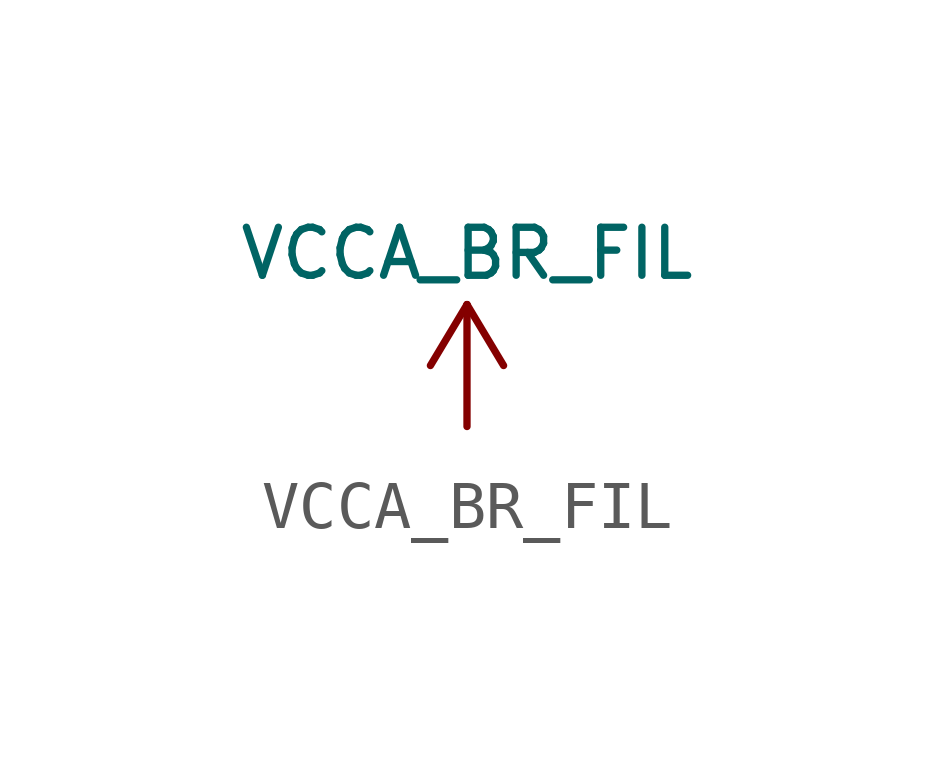
<source format=kicad_sym>
(kicad_symbol_lib
  (version 20241209)
  (generator "kicad_symbol_editor")
  (generator_version "9.0")
  (symbol "VCCA_BR_FIL"
    (power)
    (pin_names
      (offset 0))
    (property "Reference" "#PWR?"
      (at 0 -3.81 0)
      (effects (font (size 1.27 1.27)) (hide yes)))
    (property "Value" "VCCA_BR_FIL"
      (at 0 3.605 0)
      (effects (font (size 1 1))))
    (symbol "VCCA_BR_FIL_0_1"
      (polyline (pts (xy -0.762 1.27) (xy 0 2.54)) (stroke (width 0) (type default)) (fill (type none)))
      (polyline (pts (xy 0 2.54) (xy 0.762 1.27)) (stroke (width 0) (type default)) (fill (type none)))
      (polyline (pts (xy 0 0) (xy 0 2.54)) (stroke (width 0) (type default)) (fill (type none))))
    (symbol "VCCA_BR_FIL_1_1"
      (pin power_in line (at 0 0 90) (length 0) (hide yes) (name "VCCA_BR_FIL" (effects (font (size 1.27 1.27)))) (number "1" (effects (font (size 1.27 1.27))))))))
</source>
